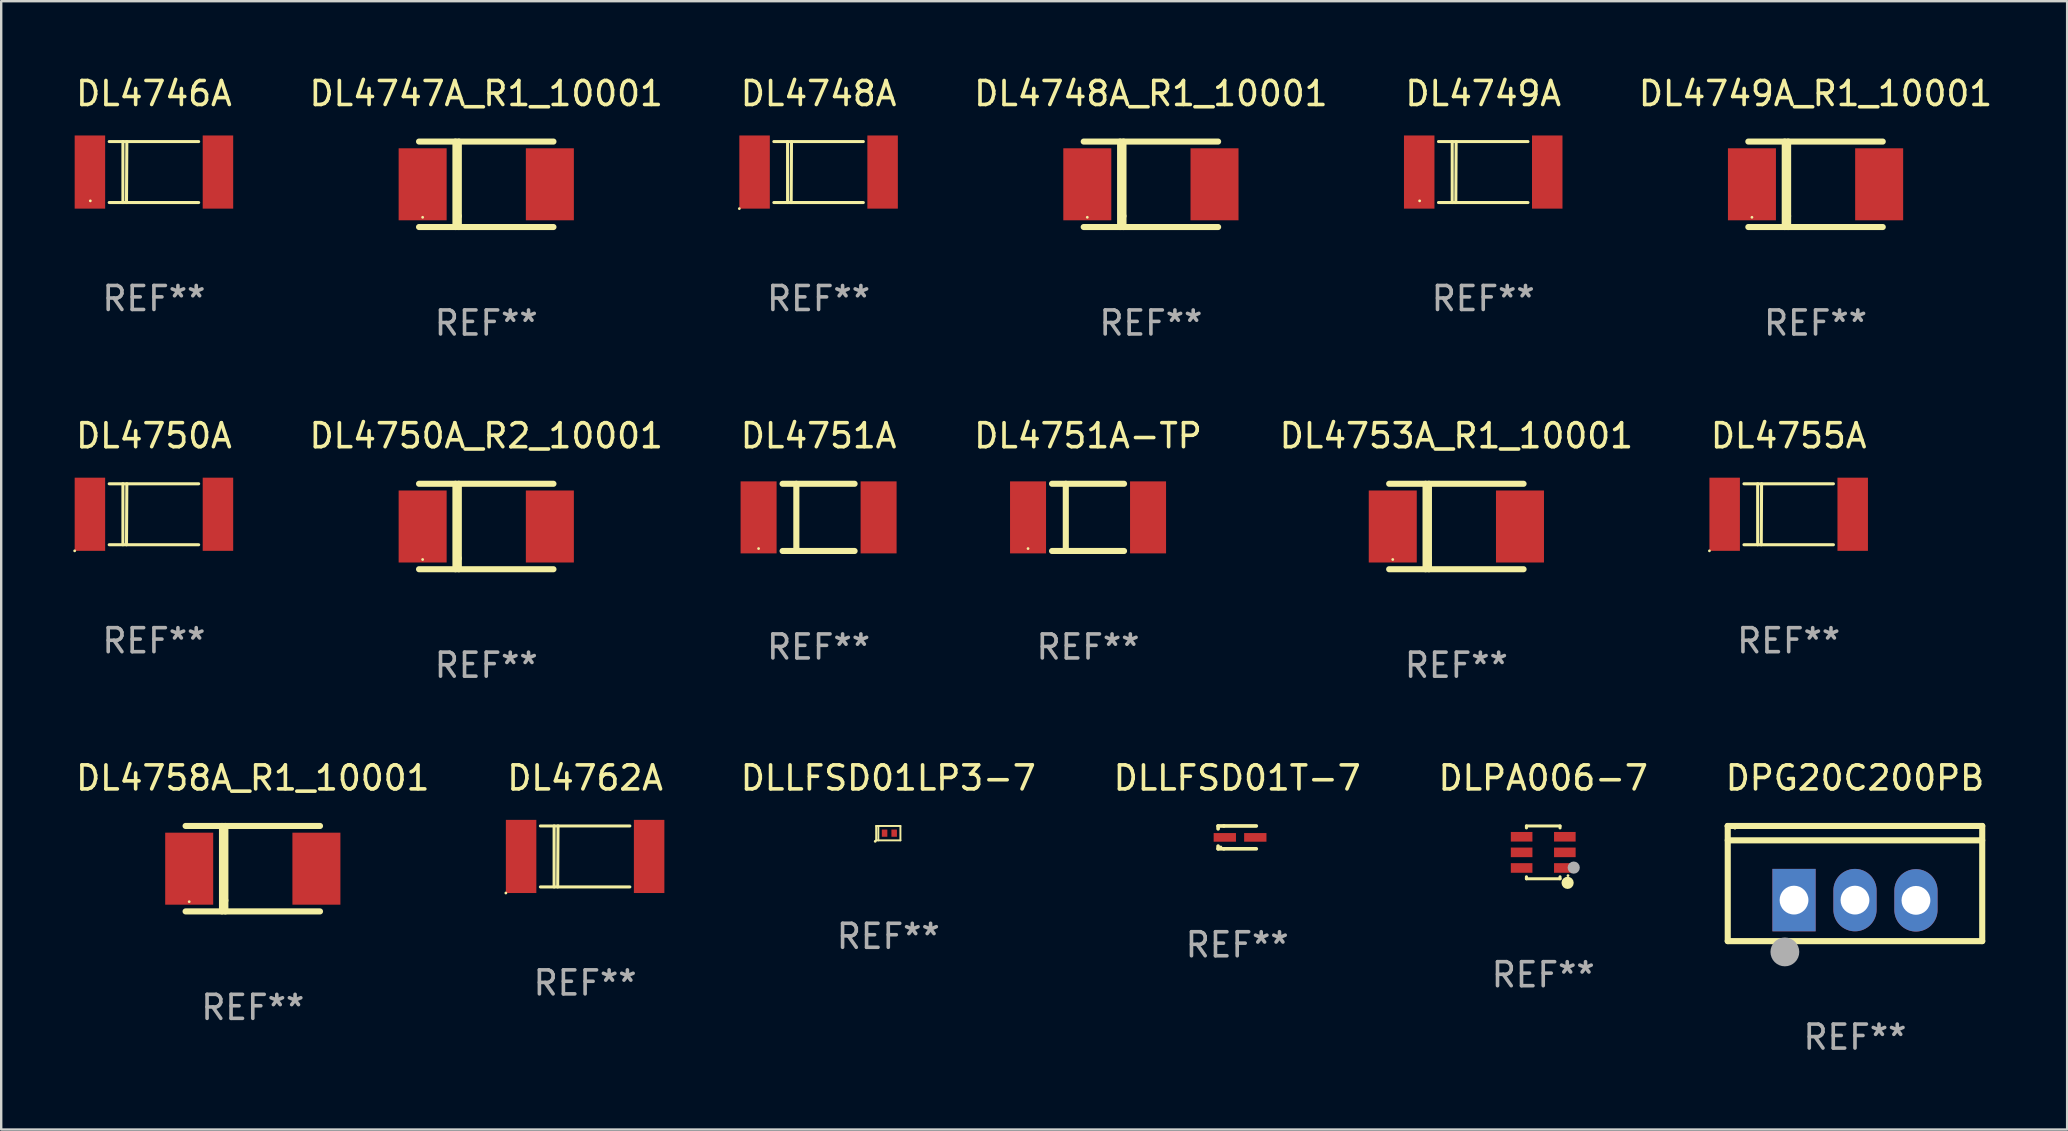
<source format=kicad_pcb>
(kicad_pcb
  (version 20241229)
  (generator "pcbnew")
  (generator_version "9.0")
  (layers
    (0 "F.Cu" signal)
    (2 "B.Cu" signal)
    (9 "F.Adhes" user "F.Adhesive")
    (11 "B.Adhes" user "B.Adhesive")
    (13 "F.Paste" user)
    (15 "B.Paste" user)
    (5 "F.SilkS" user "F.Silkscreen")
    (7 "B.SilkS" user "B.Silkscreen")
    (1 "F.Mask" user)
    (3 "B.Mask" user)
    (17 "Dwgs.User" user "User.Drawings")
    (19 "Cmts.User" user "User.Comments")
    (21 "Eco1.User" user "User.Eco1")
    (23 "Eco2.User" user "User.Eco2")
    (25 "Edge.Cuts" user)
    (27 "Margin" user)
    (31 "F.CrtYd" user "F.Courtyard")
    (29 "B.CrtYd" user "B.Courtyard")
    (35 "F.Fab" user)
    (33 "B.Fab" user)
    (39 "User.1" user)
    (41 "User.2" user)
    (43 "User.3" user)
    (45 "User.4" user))
  (footprint "DLLFSD01LP3-7"
    (layer "F.Cu")
    (at 33.958 31.661)
    (property "Reference" "DLLFSD01LP3-7" (at 0 -2.3 0) (layer "F.SilkS") (effects (font (size 1 1) (thickness 0.15))))
    (attr through_hole)
    (fp_line (start -0.505 -0.3) (end -0.505 0.3) (stroke (width 0.08) (type solid)) (layer "F.SilkS"))
    (fp_line (start -0.505 -0.3) (end 0.505 -0.3) (stroke (width 0.08) (type solid)) (layer "F.SilkS"))
    (fp_line (start -0.505 0.3) (end 0.505 0.3) (stroke (width 0.08) (type solid)) (layer "F.SilkS"))
    (fp_line (start -0.415 -0.3) (end -0.415 0.3) (stroke (width 0.08) (type solid)) (layer "F.SilkS"))
    (fp_line (start 0.505 -0.3) (end 0.505 0.3) (stroke (width 0.08) (type solid)) (layer "F.SilkS"))
    (fp_circle (center -0.545 0.34) (end -0.515 0.34) (stroke (width 0.06) (type solid)) (fill no) (layer "F.SilkS"))
    (fp_text user "REF**" (at 0 4.3 0) (layer "F.Fab") (effects (font (size 1 1) (thickness 0.15))))
    (pad "1" smd rect (at -0.155 0 180) (size 0.23 0.3) (layers "F.Cu" "F.Mask" "F.Paste"))
    (pad "2" smd rect (at 0.245 0 180) (size 0.23 0.3) (layers "F.Cu" "F.Mask" "F.Paste")))
  (footprint "DL4762A"
    (layer "F.Cu")
    (at 21.327 32.631)
    (property "Reference" "DL4762A" (at 0 -3.27 0) (layer "F.SilkS") (effects (font (size 1 1) (thickness 0.15))))
    (attr through_hole)
    (fp_line (start -1.292 1.27) (end -1.292 -1.27) (stroke (width 0.127) (type solid)) (layer "F.SilkS"))
    (fp_line (start -1.143 1.27) (end -1.129 -1.27) (stroke (width 0.127) (type solid)) (layer "F.SilkS"))
    (fp_line (start 1.864 -1.27) (end -1.864 -1.27) (stroke (width 0.127) (type solid)) (layer "F.SilkS"))
    (fp_line (start 1.864 1.27) (end -1.864 1.27) (stroke (width 0.127) (type solid)) (layer "F.SilkS"))
    (fp_circle (center -3.302 1.524) (end -3.272 1.524) (stroke (width 0.06) (type solid)) (fill no) (layer "F.SilkS"))
    (fp_text user "REF**" (at 0 5.27 0) (layer "F.Fab") (effects (font (size 1 1) (thickness 0.15))))
    (pad "1" smd rect (at -2.667 0) (size 1.27 3.048) (layers "F.Cu" "F.Mask" "F.Paste"))
    (pad "2" smd rect (at 2.667 0) (size 1.27 3.048) (layers "F.Cu" "F.Mask" "F.Paste")))
  (footprint "DL4750A"
    (layer "F.Cu")
    (at 3.363 18.375)
    (property "Reference" "DL4750A" (at 0 -3.27 0) (layer "F.SilkS") (effects (font (size 1 1) (thickness 0.15))))
    (attr through_hole)
    (fp_line (start -1.292 1.27) (end -1.292 -1.27) (stroke (width 0.127) (type solid)) (layer "F.SilkS"))
    (fp_line (start -1.143 1.27) (end -1.129 -1.27) (stroke (width 0.127) (type solid)) (layer "F.SilkS"))
    (fp_line (start 1.864 -1.27) (end -1.864 -1.27) (stroke (width 0.127) (type solid)) (layer "F.SilkS"))
    (fp_line (start 1.864 1.27) (end -1.864 1.27) (stroke (width 0.127) (type solid)) (layer "F.SilkS"))
    (fp_circle (center -3.302 1.524) (end -3.272 1.524) (stroke (width 0.06) (type solid)) (fill no) (layer "F.SilkS"))
    (fp_text user "REF**" (at 0 5.27 0) (layer "F.Fab") (effects (font (size 1 1) (thickness 0.15))))
    (pad "1" smd rect (at -2.667 0) (size 1.27 3.048) (layers "F.Cu" "F.Mask" "F.Paste"))
    (pad "2" smd rect (at 2.667 0) (size 1.27 3.048) (layers "F.Cu" "F.Mask" "F.Paste")))
  (footprint "DL4747A_R1_10001"
    (layer "F.Cu")
    (at 17.208 4.628)
    (property "Reference" "DL4747A_R1_10001" (at 0 -3.78 0) (layer "F.SilkS") (effects (font (size 1 1) (thickness 0.15))))
    (attr through_hole)
    (fp_line (start -2.8 -1.78) (end 2.8 -1.78) (stroke (width 0.254) (type solid)) (layer "F.SilkS"))
    (fp_line (start -2.8 1.78) (end 2.8 1.78) (stroke (width 0.254) (type solid)) (layer "F.SilkS"))
    (fp_line (start -1.283 -1.78) (end -1.283 1.78) (stroke (width 0.254) (type solid)) (layer "F.SilkS"))
    (fp_line (start -1.143 -1.78) (end -1.143 1.323) (stroke (width 0.254) (type solid)) (layer "F.SilkS"))
    (fp_line (start -1.143 1.323) (end -1.143 1.78) (stroke (width 0.254) (type solid)) (layer "F.SilkS"))
    (fp_circle (center -2.65 1.375) (end -2.62 1.375) (stroke (width 0.06) (type solid)) (fill no) (layer "F.SilkS"))
    (fp_text user "REF**" (at 0 5.78 0) (layer "F.Fab") (effects (font (size 1 1) (thickness 0.15))))
    (pad "1" smd rect (at -2.65 0) (size 2 3) (layers "F.Cu" "F.Mask" "F.Paste"))
    (pad "2" smd rect (at 2.65 0) (size 2 3) (layers "F.Cu" "F.Mask" "F.Paste")))
  (footprint "DLLFSD01T-7"
    (layer "F.Cu")
    (at 48.494 31.837)
    (property "Reference" "DLLFSD01T-7" (at 0 -2.476 0) (layer "F.SilkS") (effects (font (size 1 1) (thickness 0.15))))
    (attr through_hole)
    (fp_line (start -0.795 -0.476) (end -0.795 -0.356) (stroke (width 0.152) (type solid)) (layer "F.SilkS"))
    (fp_line (start -0.795 0.363) (end -0.795 0.476) (stroke (width 0.152) (type solid)) (layer "F.SilkS"))
    (fp_line (start -0.795 0.476) (end -0.557 0.476) (stroke (width 0.152) (type solid)) (layer "F.SilkS"))
    (fp_line (start -0.557 -0.476) (end -0.795 -0.476) (stroke (width 0.152) (type solid)) (layer "F.SilkS"))
    (fp_line (start -0.557 -0.476) (end 0.795 -0.476) (stroke (width 0.152) (type solid)) (layer "F.SilkS"))
    (fp_line (start -0.557 0.476) (end 0.795 0.476) (stroke (width 0.152) (type solid)) (layer "F.SilkS"))
    (fp_circle (center -0.681 0.4) (end -0.651 0.4) (stroke (width 0.06) (type solid)) (fill no) (layer "F.SilkS"))
    (fp_text user "REF**" (at 0 4.476 0) (layer "F.Fab") (effects (font (size 1 1) (thickness 0.15))))
    (pad "1" smd rect (at -0.516 0 180) (size 0.93 0.36) (layers "F.Cu" "F.Mask" "F.Paste"))
    (pad "2" smd rect (at 0.754 0 180) (size 0.93 0.36) (layers "F.Cu" "F.Mask" "F.Paste")))
  (footprint "DL4746A"
    (layer "F.Cu")
    (at 3.363 4.118)
    (property "Reference" "DL4746A" (at 0 -3.27 0) (layer "F.SilkS") (effects (font (size 1 1) (thickness 0.15))))
    (attr through_hole)
    (fp_line (start -1.292 1.27) (end -1.292 -1.27) (stroke (width 0.127) (type solid)) (layer "F.SilkS"))
    (fp_line (start -1.143 1.27) (end -1.129 -1.27) (stroke (width 0.127) (type solid)) (layer "F.SilkS"))
    (fp_line (start 1.864 -1.27) (end -1.864 -1.27) (stroke (width 0.127) (type solid)) (layer "F.SilkS"))
    (fp_line (start 1.864 1.27) (end -1.864 1.27) (stroke (width 0.127) (type solid)) (layer "F.SilkS"))
    (fp_circle (center -2.65 1.2) (end -2.62 1.2) (stroke (width 0.06) (type solid)) (fill no) (layer "F.SilkS"))
    (fp_text user "REF**" (at 0 5.27 0) (layer "F.Fab") (effects (font (size 1 1) (thickness 0.15))))
    (pad "1" smd rect (at -2.667 0) (size 1.27 3.048) (layers "F.Cu" "F.Mask" "F.Paste"))
    (pad "2" smd rect (at 2.667 0) (size 1.27 3.048) (layers "F.Cu" "F.Mask" "F.Paste")))
  (footprint "DL4751A"
    (layer "F.Cu")
    (at 31.054 18.505)
    (property "Reference" "DL4751A" (at 0 -3.4 0) (layer "F.SilkS") (effects (font (size 1 1) (thickness 0.15))))
    (attr through_hole)
    (fp_line (start -1.5 -1.4) (end 1.5 -1.4) (stroke (width 0.254) (type solid)) (layer "F.SilkS"))
    (fp_line (start -1.5 1.4) (end 1.5 1.4) (stroke (width 0.254) (type solid)) (layer "F.SilkS"))
    (fp_line (start -0.927 -1.4) (end -0.927 1.4) (stroke (width 0.254) (type solid)) (layer "F.SilkS"))
    (fp_circle (center -2.5 1.3) (end -2.47 1.3) (stroke (width 0.06) (type solid)) (fill no) (layer "F.SilkS"))
    (fp_text user "REF**" (at 0 5.4 0) (layer "F.Fab") (effects (font (size 1 1) (thickness 0.15))))
    (pad "1" smd rect (at -2.5 0 90) (size 3 1.5) (layers "F.Cu" "F.Mask" "F.Paste"))
    (pad "2" smd rect (at 2.5 0 90) (size 3 1.5) (layers "F.Cu" "F.Mask" "F.Paste")))
  (footprint "DL4749A_R1_10001"
    (layer "F.Cu")
    (at 72.589 4.628)
    (property "Reference" "DL4749A_R1_10001" (at 0 -3.78 0) (layer "F.SilkS") (effects (font (size 1 1) (thickness 0.15))))
    (attr through_hole)
    (fp_line (start -2.8 -1.78) (end 2.8 -1.78) (stroke (width 0.254) (type solid)) (layer "F.SilkS"))
    (fp_line (start -2.8 1.78) (end 2.8 1.78) (stroke (width 0.254) (type solid)) (layer "F.SilkS"))
    (fp_line (start -1.283 -1.78) (end -1.283 1.78) (stroke (width 0.254) (type solid)) (layer "F.SilkS"))
    (fp_line (start -1.143 -1.78) (end -1.143 1.323) (stroke (width 0.254) (type solid)) (layer "F.SilkS"))
    (fp_line (start -1.143 1.323) (end -1.143 1.78) (stroke (width 0.254) (type solid)) (layer "F.SilkS"))
    (fp_circle (center -2.65 1.375) (end -2.62 1.375) (stroke (width 0.06) (type solid)) (fill no) (layer "F.SilkS"))
    (fp_text user "REF**" (at 0 5.78 0) (layer "F.Fab") (effects (font (size 1 1) (thickness 0.15))))
    (pad "1" smd rect (at -2.65 0) (size 2 3) (layers "F.Cu" "F.Mask" "F.Paste"))
    (pad "2" smd rect (at 2.65 0) (size 2 3) (layers "F.Cu" "F.Mask" "F.Paste")))
  (footprint "DPG20C200PB"
    (layer "F.Cu")
    (at 74.232 33.76)
    (property "Reference" "DPG20C200PB" (at 0 -4.399 0) (layer "F.SilkS") (effects (font (size 1 1) (thickness 0.15))))
    (attr through_hole)
    (fp_line (start -5.301 -2.399) (end 5.301 -2.399) (stroke (width 0.254) (type solid)) (layer "F.SilkS"))
    (fp_line (start -5.301 -2.394) (end -5.301 -2.399) (stroke (width 0.254) (type solid)) (layer "F.SilkS"))
    (fp_line (start -5.301 2.399) (end -5.301 -2.394) (stroke (width 0.254) (type solid)) (layer "F.SilkS"))
    (fp_line (start 5.3 -1.8) (end -5.3 -1.8) (stroke (width 0.254) (type solid)) (layer "F.SilkS"))
    (fp_line (start 5.301 -2.399) (end 5.301 2.399) (stroke (width 0.254) (type solid)) (layer "F.SilkS"))
    (fp_line (start 5.301 2.399) (end -5.301 2.399) (stroke (width 0.254) (type solid)) (layer "F.SilkS"))
    (fp_arc (start -2.769977 3.025032) (mid -2.768707 3.025028) (end -2.767437 3.025032) (stroke (width 0.4) (type solid)) (layer "F.SilkS"))
    (fp_circle (center -5 -2.305) (end -4.97 -2.305) (stroke (width 0.06) (type solid)) (fill no) (layer "F.SilkS"))
    (fp_circle (center -2.921 2.849) (end -2.621 2.849) (stroke (width 0.6) (type solid)) (fill no) (layer "F.Fab"))
    (fp_text user "REF**" (at 0 6.399 0) (layer "F.Fab") (effects (font (size 1 1) (thickness 0.15))))
    (pad "1" thru_hole rect (at -2.54 0.69) (size 1.8 2.6) (drill 1.2) (layers "*.Cu" "*.Mask"))
    (pad "2" thru_hole oval (at 0 0.69) (size 1.8 2.6) (drill 1.2) (layers "*.Cu" "*.Mask"))
    (pad "3" thru_hole oval (at 2.54 0.7) (size 1.8 2.6) (drill 1.2) (layers "*.Cu" "*.Mask")))
  (footprint "DL4753A_R1_10001"
    (layer "F.Cu")
    (at 57.625 18.885)
    (property "Reference" "DL4753A_R1_10001" (at 0 -3.78 0) (layer "F.SilkS") (effects (font (size 1 1) (thickness 0.15))))
    (attr through_hole)
    (fp_line (start -2.8 -1.78) (end 2.8 -1.78) (stroke (width 0.254) (type solid)) (layer "F.SilkS"))
    (fp_line (start -2.8 1.78) (end 2.8 1.78) (stroke (width 0.254) (type solid)) (layer "F.SilkS"))
    (fp_line (start -1.283 -1.78) (end -1.283 1.78) (stroke (width 0.254) (type solid)) (layer "F.SilkS"))
    (fp_line (start -1.143 -1.78) (end -1.143 1.323) (stroke (width 0.254) (type solid)) (layer "F.SilkS"))
    (fp_line (start -1.143 1.323) (end -1.143 1.78) (stroke (width 0.254) (type solid)) (layer "F.SilkS"))
    (fp_circle (center -2.65 1.375) (end -2.62 1.375) (stroke (width 0.06) (type solid)) (fill no) (layer "F.SilkS"))
    (fp_text user "REF**" (at 0 5.78 0) (layer "F.Fab") (effects (font (size 1 1) (thickness 0.15))))
    (pad "1" smd rect (at -2.65 0) (size 2 3) (layers "F.Cu" "F.Mask" "F.Paste"))
    (pad "2" smd rect (at 2.65 0) (size 2 3) (layers "F.Cu" "F.Mask" "F.Paste")))
  (footprint "DL4748A_R1_10001"
    (layer "F.Cu")
    (at 44.899 4.628)
    (property "Reference" "DL4748A_R1_10001" (at 0 -3.78 0) (layer "F.SilkS") (effects (font (size 1 1) (thickness 0.15))))
    (attr through_hole)
    (fp_line (start -2.8 -1.78) (end 2.8 -1.78) (stroke (width 0.254) (type solid)) (layer "F.SilkS"))
    (fp_line (start -2.8 1.78) (end 2.8 1.78) (stroke (width 0.254) (type solid)) (layer "F.SilkS"))
    (fp_line (start -1.283 -1.78) (end -1.283 1.78) (stroke (width 0.254) (type solid)) (layer "F.SilkS"))
    (fp_line (start -1.143 -1.78) (end -1.143 1.323) (stroke (width 0.254) (type solid)) (layer "F.SilkS"))
    (fp_line (start -1.143 1.323) (end -1.143 1.78) (stroke (width 0.254) (type solid)) (layer "F.SilkS"))
    (fp_circle (center -2.65 1.375) (end -2.62 1.375) (stroke (width 0.06) (type solid)) (fill no) (layer "F.SilkS"))
    (fp_text user "REF**" (at 0 5.78 0) (layer "F.Fab") (effects (font (size 1 1) (thickness 0.15))))
    (pad "1" smd rect (at -2.65 0) (size 2 3) (layers "F.Cu" "F.Mask" "F.Paste"))
    (pad "2" smd rect (at 2.65 0) (size 2 3) (layers "F.Cu" "F.Mask" "F.Paste")))
  (footprint "DL4751A-TP"
    (layer "F.Cu")
    (at 42.28 18.505)
    (property "Reference" "DL4751A-TP" (at 0 -3.4 0) (layer "F.SilkS") (effects (font (size 1 1) (thickness 0.15))))
    (attr through_hole)
    (fp_line (start -1.5 -1.4) (end 1.5 -1.4) (stroke (width 0.254) (type solid)) (layer "F.SilkS"))
    (fp_line (start -1.5 1.4) (end 1.5 1.4) (stroke (width 0.254) (type solid)) (layer "F.SilkS"))
    (fp_line (start -0.927 -1.4) (end -0.927 1.4) (stroke (width 0.254) (type solid)) (layer "F.SilkS"))
    (fp_circle (center -2.5 1.3) (end -2.47 1.3) (stroke (width 0.06) (type solid)) (fill no) (layer "F.SilkS"))
    (fp_text user "REF**" (at 0 5.4 0) (layer "F.Fab") (effects (font (size 1 1) (thickness 0.15))))
    (pad "1" smd rect (at -2.5 0 90) (size 3 1.5) (layers "F.Cu" "F.Mask" "F.Paste"))
    (pad "2" smd rect (at 2.5 0 90) (size 3 1.5) (layers "F.Cu" "F.Mask" "F.Paste")))
  (footprint "DL4755A"
    (layer "F.Cu")
    (at 71.47 18.375)
    (property "Reference" "DL4755A" (at 0 -3.27 0) (layer "F.SilkS") (effects (font (size 1 1) (thickness 0.15))))
    (attr through_hole)
    (fp_line (start -1.292 1.27) (end -1.292 -1.27) (stroke (width 0.127) (type solid)) (layer "F.SilkS"))
    (fp_line (start -1.143 1.27) (end -1.129 -1.27) (stroke (width 0.127) (type solid)) (layer "F.SilkS"))
    (fp_line (start 1.864 -1.27) (end -1.864 -1.27) (stroke (width 0.127) (type solid)) (layer "F.SilkS"))
    (fp_line (start 1.864 1.27) (end -1.864 1.27) (stroke (width 0.127) (type solid)) (layer "F.SilkS"))
    (fp_circle (center -3.302 1.524) (end -3.272 1.524) (stroke (width 0.06) (type solid)) (fill no) (layer "F.SilkS"))
    (fp_text user "REF**" (at 0 5.27 0) (layer "F.Fab") (effects (font (size 1 1) (thickness 0.15))))
    (pad "1" smd rect (at -2.667 0) (size 1.27 3.048) (layers "F.Cu" "F.Mask" "F.Paste"))
    (pad "2" smd rect (at 2.667 0) (size 1.27 3.048) (layers "F.Cu" "F.Mask" "F.Paste")))
  (footprint "DL4758A_R1_10001"
    (layer "F.Cu")
    (at 7.482 33.141)
    (property "Reference" "DL4758A_R1_10001" (at 0 -3.78 0) (layer "F.SilkS") (effects (font (size 1 1) (thickness 0.15))))
    (attr through_hole)
    (fp_line (start -2.8 -1.78) (end 2.8 -1.78) (stroke (width 0.254) (type solid)) (layer "F.SilkS"))
    (fp_line (start -2.8 1.78) (end 2.8 1.78) (stroke (width 0.254) (type solid)) (layer "F.SilkS"))
    (fp_line (start -1.283 -1.78) (end -1.283 1.78) (stroke (width 0.254) (type solid)) (layer "F.SilkS"))
    (fp_line (start -1.143 -1.78) (end -1.143 1.323) (stroke (width 0.254) (type solid)) (layer "F.SilkS"))
    (fp_line (start -1.143 1.323) (end -1.143 1.78) (stroke (width 0.254) (type solid)) (layer "F.SilkS"))
    (fp_circle (center -2.65 1.375) (end -2.62 1.375) (stroke (width 0.06) (type solid)) (fill no) (layer "F.SilkS"))
    (fp_text user "REF**" (at 0 5.78 0) (layer "F.Fab") (effects (font (size 1 1) (thickness 0.15))))
    (pad "1" smd rect (at -2.65 0) (size 2 3) (layers "F.Cu" "F.Mask" "F.Paste"))
    (pad "2" smd rect (at 2.65 0) (size 2 3) (layers "F.Cu" "F.Mask" "F.Paste")))
  (footprint "DLPA006-7"
    (layer "F.Cu")
    (at 61.244 32.461)
    (property "Reference" "DLPA006-7" (at 0 -3.1 0) (layer "F.SilkS") (effects (font (size 1 1) (thickness 0.15))))
    (attr through_hole)
    (fp_line (start -0.7 -1.018) (end -0.7 -1.1) (stroke (width 0.127) (type solid)) (layer "F.SilkS"))
    (fp_line (start -0.7 1.1) (end -0.7 1.018) (stroke (width 0.127) (type solid)) (layer "F.SilkS"))
    (fp_line (start 0.7 -1.1) (end -0.7 -1.1) (stroke (width 0.127) (type solid)) (layer "F.SilkS"))
    (fp_line (start 0.7 -1.018) (end 0.7 -1.1) (stroke (width 0.127) (type solid)) (layer "F.SilkS"))
    (fp_line (start 0.7 1.1) (end -0.7 1.1) (stroke (width 0.127) (type solid)) (layer "F.SilkS"))
    (fp_line (start 0.7 1.1) (end 0.7 1.018) (stroke (width 0.127) (type solid)) (layer "F.SilkS"))
    (fp_circle (center 1.016 1.27) (end 1.143 1.27) (stroke (width 0.254) (type solid)) (fill no) (layer "F.SilkS"))
    (fp_circle (center 1.032 0.97) (end 1.062 0.97) (stroke (width 0.06) (type solid)) (fill no) (layer "F.SilkS"))
    (fp_circle (center 1.27 0.635) (end 1.397 0.635) (stroke (width 0.254) (type solid)) (fill no) (layer "F.Fab"))
    (fp_text user "REF**" (at 0 5.1 0) (layer "F.Fab") (effects (font (size 1 1) (thickness 0.15))))
    (pad "1" smd rect (at 0.9 0.65 90) (size 0.4 0.9) (layers "F.Cu" "F.Mask" "F.Paste"))
    (pad "2" smd rect (at 0.9 -0.000102 90) (size 0.4 0.9) (layers "F.Cu" "F.Mask" "F.Paste"))
    (pad "3" smd rect (at 0.9 -0.65 90) (size 0.4 0.9) (layers "F.Cu" "F.Mask" "F.Paste"))
    (pad "4" smd rect (at -0.9 -0.65 90) (size 0.4 0.9) (layers "F.Cu" "F.Mask" "F.Paste"))
    (pad "5" smd rect (at -0.9 -0.000102 90) (size 0.4 0.9) (layers "F.Cu" "F.Mask" "F.Paste"))
    (pad "6" smd rect (at -0.9 0.65 90) (size 0.4 0.9) (layers "F.Cu" "F.Mask" "F.Paste")))
  (footprint "DL4748A"
    (layer "F.Cu")
    (at 31.054 4.118)
    (property "Reference" "DL4748A" (at 0 -3.27 0) (layer "F.SilkS") (effects (font (size 1 1) (thickness 0.15))))
    (attr through_hole)
    (fp_line (start -1.292 1.27) (end -1.292 -1.27) (stroke (width 0.127) (type solid)) (layer "F.SilkS"))
    (fp_line (start -1.143 1.27) (end -1.129 -1.27) (stroke (width 0.127) (type solid)) (layer "F.SilkS"))
    (fp_line (start 1.864 -1.27) (end -1.864 -1.27) (stroke (width 0.127) (type solid)) (layer "F.SilkS"))
    (fp_line (start 1.864 1.27) (end -1.864 1.27) (stroke (width 0.127) (type solid)) (layer "F.SilkS"))
    (fp_circle (center -3.302 1.524) (end -3.272 1.524) (stroke (width 0.06) (type solid)) (fill no) (layer "F.SilkS"))
    (fp_text user "REF**" (at 0 5.27 0) (layer "F.Fab") (effects (font (size 1 1) (thickness 0.15))))
    (pad "1" smd rect (at -2.667 0) (size 1.27 3.048) (layers "F.Cu" "F.Mask" "F.Paste"))
    (pad "2" smd rect (at 2.667 0) (size 1.27 3.048) (layers "F.Cu" "F.Mask" "F.Paste")))
  (footprint "DL4750A_R2_10001"
    (layer "F.Cu")
    (at 17.208 18.885)
    (property "Reference" "DL4750A_R2_10001" (at 0 -3.78 0) (layer "F.SilkS") (effects (font (size 1 1) (thickness 0.15))))
    (attr through_hole)
    (fp_line (start -2.8 -1.78) (end 2.8 -1.78) (stroke (width 0.254) (type solid)) (layer "F.SilkS"))
    (fp_line (start -2.8 1.78) (end 2.8 1.78) (stroke (width 0.254) (type solid)) (layer "F.SilkS"))
    (fp_line (start -1.283 -1.78) (end -1.283 1.78) (stroke (width 0.254) (type solid)) (layer "F.SilkS"))
    (fp_line (start -1.143 -1.78) (end -1.143 1.323) (stroke (width 0.254) (type solid)) (layer "F.SilkS"))
    (fp_line (start -1.143 1.323) (end -1.143 1.78) (stroke (width 0.254) (type solid)) (layer "F.SilkS"))
    (fp_circle (center -2.65 1.375) (end -2.62 1.375) (stroke (width 0.06) (type solid)) (fill no) (layer "F.SilkS"))
    (fp_text user "REF**" (at 0 5.78 0) (layer "F.Fab") (effects (font (size 1 1) (thickness 0.15))))
    (pad "1" smd rect (at -2.65 0) (size 2 3) (layers "F.Cu" "F.Mask" "F.Paste"))
    (pad "2" smd rect (at 2.65 0) (size 2 3) (layers "F.Cu" "F.Mask" "F.Paste")))
  (footprint "DL4749A"
    (layer "F.Cu")
    (at 58.744 4.118)
    (property "Reference" "DL4749A" (at 0 -3.27 0) (layer "F.SilkS") (effects (font (size 1 1) (thickness 0.15))))
    (attr through_hole)
    (fp_line (start -1.292 1.27) (end -1.292 -1.27) (stroke (width 0.127) (type solid)) (layer "F.SilkS"))
    (fp_line (start -1.143 1.27) (end -1.129 -1.27) (stroke (width 0.127) (type solid)) (layer "F.SilkS"))
    (fp_line (start 1.864 -1.27) (end -1.864 -1.27) (stroke (width 0.127) (type solid)) (layer "F.SilkS"))
    (fp_line (start 1.864 1.27) (end -1.864 1.27) (stroke (width 0.127) (type solid)) (layer "F.SilkS"))
    (fp_circle (center -2.65 1.2) (end -2.62 1.2) (stroke (width 0.06) (type solid)) (fill no) (layer "F.SilkS"))
    (fp_text user "REF**" (at 0 5.27 0) (layer "F.Fab") (effects (font (size 1 1) (thickness 0.15))))
    (pad "1" smd rect (at -2.667 0) (size 1.27 3.048) (layers "F.Cu" "F.Mask" "F.Paste"))
    (pad "2" smd rect (at 2.667 0) (size 1.27 3.048) (layers "F.Cu" "F.Mask" "F.Paste")))
  (gr_rect
    (start -3 -3)
    (end 83.071 44.008)
    (stroke (width 0.1) (type default))
    (fill no)
    (layer "Edge.Cuts")))
</source>
